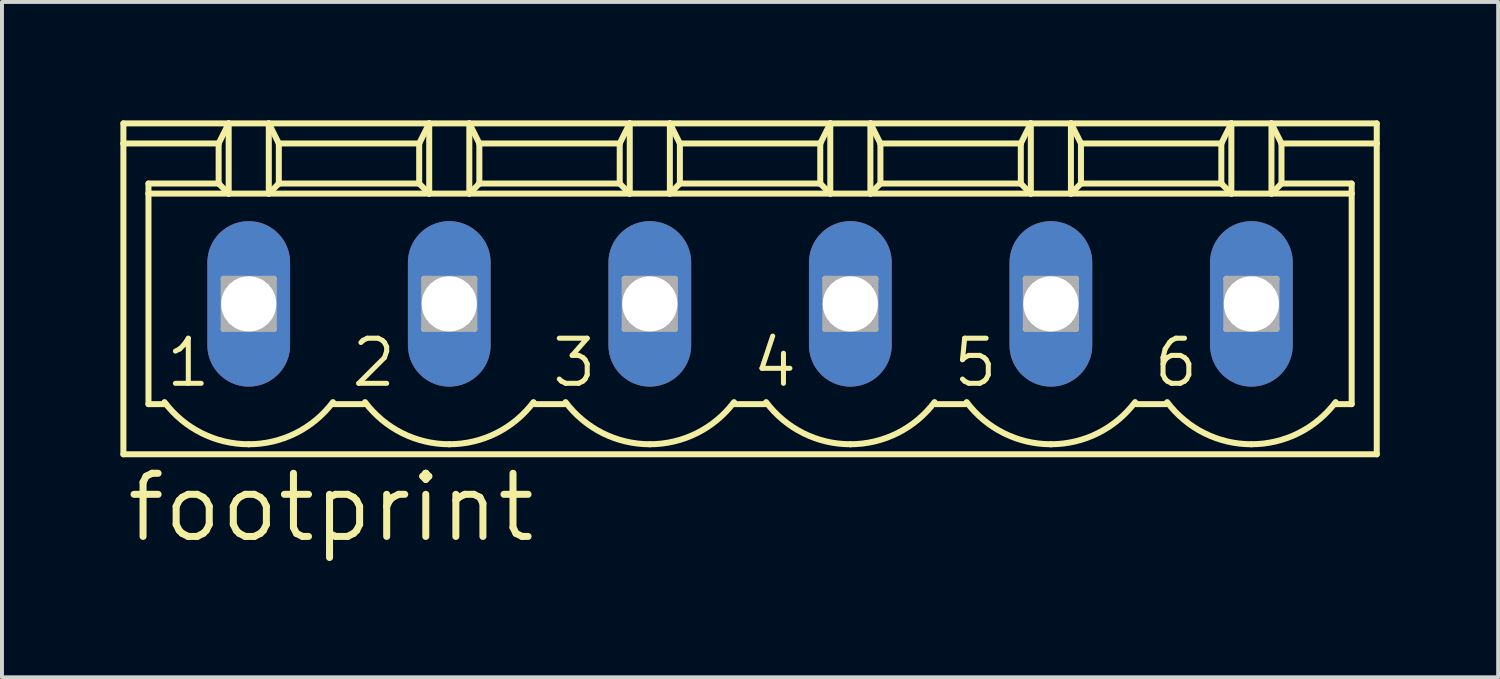
<source format=kicad_pcb>
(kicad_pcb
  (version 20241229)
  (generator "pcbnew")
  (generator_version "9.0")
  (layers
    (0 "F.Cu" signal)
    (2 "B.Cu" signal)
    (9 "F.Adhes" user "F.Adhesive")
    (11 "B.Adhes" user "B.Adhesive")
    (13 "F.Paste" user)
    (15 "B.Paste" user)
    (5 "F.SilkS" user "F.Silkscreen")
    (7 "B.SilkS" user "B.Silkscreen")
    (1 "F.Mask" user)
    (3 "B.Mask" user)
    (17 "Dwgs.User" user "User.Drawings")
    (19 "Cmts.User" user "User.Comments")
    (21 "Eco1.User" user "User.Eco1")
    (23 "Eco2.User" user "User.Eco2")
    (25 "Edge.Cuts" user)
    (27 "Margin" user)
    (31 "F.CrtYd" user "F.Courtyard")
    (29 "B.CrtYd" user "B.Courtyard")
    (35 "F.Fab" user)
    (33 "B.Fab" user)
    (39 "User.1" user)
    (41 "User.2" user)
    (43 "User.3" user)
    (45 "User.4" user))
  (footprint "footprint"
    (layer "F.Cu")
    (at 15.951 4.648)
    (property "Reference" "footprint" (at -15.875 6.096 0) (layer "F.SilkS") (effects (font (size 1.6 1.6) (thickness 0.178)) (justify left bottom)))
    (fp_line (start -15.875 -4.572) (end -15.875 -4.064) (stroke (width 0.152) (type solid)) (layer "F.SilkS"))
    (fp_line (start -15.875 -4.572) (end -13.208 -4.572) (stroke (width 0.152) (type solid)) (layer "F.SilkS"))
    (fp_line (start -15.875 -4.064) (end -15.875 3.81) (stroke (width 0.152) (type solid)) (layer "F.SilkS"))
    (fp_line (start -15.875 -4.064) (end -13.462 -4.064) (stroke (width 0.152) (type solid)) (layer "F.SilkS"))
    (fp_line (start -15.875 3.81) (end 15.875 3.81) (stroke (width 0.152) (type solid)) (layer "F.SilkS"))
    (fp_line (start -15.24 -2.794) (end -15.24 -3.048) (stroke (width 0.152) (type solid)) (layer "F.SilkS"))
    (fp_line (start -15.24 -2.794) (end -13.208 -2.794) (stroke (width 0.152) (type solid)) (layer "F.SilkS"))
    (fp_line (start -15.24 2.54) (end -15.24 -2.794) (stroke (width 0.152) (type solid)) (layer "F.SilkS"))
    (fp_line (start -15.24 2.54) (end -14.808 2.54) (stroke (width 0.152) (type solid)) (layer "F.SilkS"))
    (fp_line (start -13.462 -4.064) (end -13.462 -3.048) (stroke (width 0.152) (type solid)) (layer "F.SilkS"))
    (fp_line (start -13.462 -4.064) (end -13.208 -4.572) (stroke (width 0.152) (type solid)) (layer "F.SilkS"))
    (fp_line (start -13.462 -3.048) (end -15.24 -3.048) (stroke (width 0.152) (type solid)) (layer "F.SilkS"))
    (fp_line (start -13.462 -3.048) (end -13.208 -2.794) (stroke (width 0.152) (type solid)) (layer "F.SilkS"))
    (fp_line (start -13.208 -4.572) (end -12.192 -4.572) (stroke (width 0.152) (type solid)) (layer "F.SilkS"))
    (fp_line (start -13.208 -2.794) (end -13.208 -4.572) (stroke (width 0.152) (type solid)) (layer "F.SilkS"))
    (fp_line (start -13.208 -2.794) (end -12.192 -2.794) (stroke (width 0.152) (type solid)) (layer "F.SilkS"))
    (fp_line (start -12.192 -4.572) (end -11.938 -4.064) (stroke (width 0.152) (type solid)) (layer "F.SilkS"))
    (fp_line (start -12.192 -4.572) (end -8.128 -4.572) (stroke (width 0.152) (type solid)) (layer "F.SilkS"))
    (fp_line (start -12.192 -2.794) (end -12.192 -4.572) (stroke (width 0.152) (type solid)) (layer "F.SilkS"))
    (fp_line (start -12.192 -2.794) (end -8.128 -2.794) (stroke (width 0.152) (type solid)) (layer "F.SilkS"))
    (fp_line (start -11.938 -4.064) (end -11.938 -3.048) (stroke (width 0.152) (type solid)) (layer "F.SilkS"))
    (fp_line (start -11.938 -4.064) (end -8.382 -4.064) (stroke (width 0.152) (type solid)) (layer "F.SilkS"))
    (fp_line (start -11.938 -3.048) (end -12.192 -2.794) (stroke (width 0.152) (type solid)) (layer "F.SilkS"))
    (fp_line (start -10.541 2.54) (end -9.779 2.54) (stroke (width 0.152) (type solid)) (layer "F.SilkS"))
    (fp_line (start -8.382 -4.064) (end -8.382 -3.048) (stroke (width 0.152) (type solid)) (layer "F.SilkS"))
    (fp_line (start -8.382 -4.064) (end -8.128 -4.572) (stroke (width 0.152) (type solid)) (layer "F.SilkS"))
    (fp_line (start -8.382 -3.048) (end -11.938 -3.048) (stroke (width 0.152) (type solid)) (layer "F.SilkS"))
    (fp_line (start -8.382 -3.048) (end -8.128 -2.794) (stroke (width 0.152) (type solid)) (layer "F.SilkS"))
    (fp_line (start -8.128 -4.572) (end -7.112 -4.572) (stroke (width 0.152) (type solid)) (layer "F.SilkS"))
    (fp_line (start -8.128 -2.794) (end -8.128 -4.572) (stroke (width 0.152) (type solid)) (layer "F.SilkS"))
    (fp_line (start -8.128 -2.794) (end -7.112 -2.794) (stroke (width 0.152) (type solid)) (layer "F.SilkS"))
    (fp_line (start -7.112 -4.572) (end -6.858 -4.064) (stroke (width 0.152) (type solid)) (layer "F.SilkS"))
    (fp_line (start -7.112 -4.572) (end -3.048 -4.572) (stroke (width 0.152) (type solid)) (layer "F.SilkS"))
    (fp_line (start -7.112 -2.794) (end -7.112 -4.572) (stroke (width 0.152) (type solid)) (layer "F.SilkS"))
    (fp_line (start -7.112 -2.794) (end -3.048 -2.794) (stroke (width 0.152) (type solid)) (layer "F.SilkS"))
    (fp_line (start -6.858 -4.064) (end -6.858 -3.048) (stroke (width 0.152) (type solid)) (layer "F.SilkS"))
    (fp_line (start -6.858 -4.064) (end -3.302 -4.064) (stroke (width 0.152) (type solid)) (layer "F.SilkS"))
    (fp_line (start -6.858 -3.048) (end -7.112 -2.794) (stroke (width 0.152) (type solid)) (layer "F.SilkS"))
    (fp_line (start -5.461 2.54) (end -4.699 2.54) (stroke (width 0.152) (type solid)) (layer "F.SilkS"))
    (fp_line (start -3.302 -4.064) (end -3.302 -3.048) (stroke (width 0.152) (type solid)) (layer "F.SilkS"))
    (fp_line (start -3.302 -4.064) (end -3.048 -4.572) (stroke (width 0.152) (type solid)) (layer "F.SilkS"))
    (fp_line (start -3.302 -3.048) (end -6.858 -3.048) (stroke (width 0.152) (type solid)) (layer "F.SilkS"))
    (fp_line (start -3.302 -3.048) (end -3.048 -2.794) (stroke (width 0.152) (type solid)) (layer "F.SilkS"))
    (fp_line (start -3.048 -4.572) (end -2.032 -4.572) (stroke (width 0.152) (type solid)) (layer "F.SilkS"))
    (fp_line (start -3.048 -2.794) (end -3.048 -4.572) (stroke (width 0.152) (type solid)) (layer "F.SilkS"))
    (fp_line (start -3.048 -2.794) (end -2.032 -2.794) (stroke (width 0.152) (type solid)) (layer "F.SilkS"))
    (fp_line (start -2.032 -4.572) (end -1.778 -4.064) (stroke (width 0.152) (type solid)) (layer "F.SilkS"))
    (fp_line (start -2.032 -4.572) (end 2.032 -4.572) (stroke (width 0.152) (type solid)) (layer "F.SilkS"))
    (fp_line (start -2.032 -2.794) (end -2.032 -4.572) (stroke (width 0.152) (type solid)) (layer "F.SilkS"))
    (fp_line (start -2.032 -2.794) (end 2.032 -2.794) (stroke (width 0.152) (type solid)) (layer "F.SilkS"))
    (fp_line (start -1.778 -4.064) (end -1.778 -3.048) (stroke (width 0.152) (type solid)) (layer "F.SilkS"))
    (fp_line (start -1.778 -4.064) (end 1.778 -4.064) (stroke (width 0.152) (type solid)) (layer "F.SilkS"))
    (fp_line (start -1.778 -3.048) (end -2.032 -2.794) (stroke (width 0.152) (type solid)) (layer "F.SilkS"))
    (fp_line (start -1.778 -3.048) (end 1.778 -3.048) (stroke (width 0.152) (type solid)) (layer "F.SilkS"))
    (fp_line (start -0.381 2.54) (end 0.381 2.54) (stroke (width 0.152) (type solid)) (layer "F.SilkS"))
    (fp_line (start 1.778 -4.064) (end 1.778 -3.048) (stroke (width 0.152) (type solid)) (layer "F.SilkS"))
    (fp_line (start 1.778 -4.064) (end 2.032 -4.572) (stroke (width 0.152) (type solid)) (layer "F.SilkS"))
    (fp_line (start 1.778 -3.048) (end 2.032 -2.794) (stroke (width 0.152) (type solid)) (layer "F.SilkS"))
    (fp_line (start 2.032 -4.572) (end 3.048 -4.572) (stroke (width 0.152) (type solid)) (layer "F.SilkS"))
    (fp_line (start 2.032 -2.794) (end 2.032 -4.572) (stroke (width 0.152) (type solid)) (layer "F.SilkS"))
    (fp_line (start 2.032 -2.794) (end 3.048 -2.794) (stroke (width 0.152) (type solid)) (layer "F.SilkS"))
    (fp_line (start 3.048 -4.572) (end 3.302 -4.064) (stroke (width 0.152) (type solid)) (layer "F.SilkS"))
    (fp_line (start 3.048 -4.572) (end 7.112 -4.572) (stroke (width 0.152) (type solid)) (layer "F.SilkS"))
    (fp_line (start 3.048 -2.794) (end 3.048 -4.572) (stroke (width 0.152) (type solid)) (layer "F.SilkS"))
    (fp_line (start 3.048 -2.794) (end 7.112 -2.794) (stroke (width 0.152) (type solid)) (layer "F.SilkS"))
    (fp_line (start 3.302 -4.064) (end 3.302 -3.048) (stroke (width 0.152) (type solid)) (layer "F.SilkS"))
    (fp_line (start 3.302 -4.064) (end 6.858 -4.064) (stroke (width 0.152) (type solid)) (layer "F.SilkS"))
    (fp_line (start 3.302 -3.048) (end 3.048 -2.794) (stroke (width 0.152) (type solid)) (layer "F.SilkS"))
    (fp_line (start 3.302 -3.048) (end 6.858 -3.048) (stroke (width 0.152) (type solid)) (layer "F.SilkS"))
    (fp_line (start 4.699 2.54) (end 5.461 2.54) (stroke (width 0.152) (type solid)) (layer "F.SilkS"))
    (fp_line (start 6.858 -4.064) (end 6.858 -3.048) (stroke (width 0.152) (type solid)) (layer "F.SilkS"))
    (fp_line (start 6.858 -4.064) (end 7.112 -4.572) (stroke (width 0.152) (type solid)) (layer "F.SilkS"))
    (fp_line (start 6.858 -3.048) (end 7.112 -2.794) (stroke (width 0.152) (type solid)) (layer "F.SilkS"))
    (fp_line (start 7.112 -4.572) (end 8.128 -4.572) (stroke (width 0.152) (type solid)) (layer "F.SilkS"))
    (fp_line (start 7.112 -2.794) (end 7.112 -4.572) (stroke (width 0.152) (type solid)) (layer "F.SilkS"))
    (fp_line (start 7.112 -2.794) (end 8.128 -2.794) (stroke (width 0.152) (type solid)) (layer "F.SilkS"))
    (fp_line (start 8.128 -4.572) (end 8.382 -4.064) (stroke (width 0.152) (type solid)) (layer "F.SilkS"))
    (fp_line (start 8.128 -4.572) (end 12.192 -4.572) (stroke (width 0.152) (type solid)) (layer "F.SilkS"))
    (fp_line (start 8.128 -2.794) (end 8.128 -4.572) (stroke (width 0.152) (type solid)) (layer "F.SilkS"))
    (fp_line (start 8.128 -2.794) (end 12.192 -2.794) (stroke (width 0.152) (type solid)) (layer "F.SilkS"))
    (fp_line (start 8.382 -4.064) (end 8.382 -3.048) (stroke (width 0.152) (type solid)) (layer "F.SilkS"))
    (fp_line (start 8.382 -4.064) (end 11.938 -4.064) (stroke (width 0.152) (type solid)) (layer "F.SilkS"))
    (fp_line (start 8.382 -3.048) (end 8.128 -2.794) (stroke (width 0.152) (type solid)) (layer "F.SilkS"))
    (fp_line (start 8.382 -3.048) (end 11.938 -3.048) (stroke (width 0.152) (type solid)) (layer "F.SilkS"))
    (fp_line (start 9.779 2.54) (end 10.541 2.54) (stroke (width 0.152) (type solid)) (layer "F.SilkS"))
    (fp_line (start 11.938 -4.064) (end 11.938 -3.048) (stroke (width 0.152) (type solid)) (layer "F.SilkS"))
    (fp_line (start 11.938 -4.064) (end 12.192 -4.572) (stroke (width 0.152) (type solid)) (layer "F.SilkS"))
    (fp_line (start 11.938 -3.048) (end 12.192 -2.794) (stroke (width 0.152) (type solid)) (layer "F.SilkS"))
    (fp_line (start 12.192 -4.572) (end 13.208 -4.572) (stroke (width 0.152) (type solid)) (layer "F.SilkS"))
    (fp_line (start 12.192 -2.794) (end 12.192 -4.572) (stroke (width 0.152) (type solid)) (layer "F.SilkS"))
    (fp_line (start 12.192 -2.794) (end 13.208 -2.794) (stroke (width 0.152) (type solid)) (layer "F.SilkS"))
    (fp_line (start 13.208 -4.572) (end 13.462 -4.064) (stroke (width 0.152) (type solid)) (layer "F.SilkS"))
    (fp_line (start 13.208 -4.572) (end 15.875 -4.572) (stroke (width 0.152) (type solid)) (layer "F.SilkS"))
    (fp_line (start 13.208 -2.794) (end 13.208 -4.572) (stroke (width 0.152) (type solid)) (layer "F.SilkS"))
    (fp_line (start 13.208 -2.794) (end 15.24 -2.794) (stroke (width 0.152) (type solid)) (layer "F.SilkS"))
    (fp_line (start 13.462 -4.064) (end 13.462 -3.048) (stroke (width 0.152) (type solid)) (layer "F.SilkS"))
    (fp_line (start 13.462 -4.064) (end 15.875 -4.064) (stroke (width 0.152) (type solid)) (layer "F.SilkS"))
    (fp_line (start 13.462 -3.048) (end 13.208 -2.794) (stroke (width 0.152) (type solid)) (layer "F.SilkS"))
    (fp_line (start 13.462 -3.048) (end 15.24 -3.048) (stroke (width 0.152) (type solid)) (layer "F.SilkS"))
    (fp_line (start 14.808 2.54) (end 15.24 2.54) (stroke (width 0.152) (type solid)) (layer "F.SilkS"))
    (fp_line (start 15.24 -3.048) (end 15.24 -2.794) (stroke (width 0.152) (type solid)) (layer "F.SilkS"))
    (fp_line (start 15.24 -2.794) (end 15.24 2.54) (stroke (width 0.152) (type solid)) (layer "F.SilkS"))
    (fp_line (start 15.875 -4.064) (end 15.875 -4.572) (stroke (width 0.152) (type solid)) (layer "F.SilkS"))
    (fp_line (start 15.875 3.81) (end 15.875 -4.064) (stroke (width 0.152) (type solid)) (layer "F.SilkS"))
    (fp_arc (start -12.699999 3.556) (mid -13.892718 3.274437) (end -14.8336 2.4892) (stroke (width 0.1524) (type solid)) (layer "F.SilkS"))
    (fp_arc (start -10.566399 2.4892) (mid -11.507281 3.274438) (end -12.7 3.556) (stroke (width 0.1524) (type solid)) (layer "F.SilkS"))
    (fp_arc (start -7.619999 3.556) (mid -8.812718 3.274437) (end -9.7536 2.4892) (stroke (width 0.1524) (type solid)) (layer "F.SilkS"))
    (fp_arc (start -5.486399 2.4892) (mid -6.427281 3.274438) (end -7.62 3.556) (stroke (width 0.1524) (type solid)) (layer "F.SilkS"))
    (fp_arc (start -2.539999 3.556) (mid -3.732718 3.274437) (end -4.6736 2.4892) (stroke (width 0.1524) (type solid)) (layer "F.SilkS"))
    (fp_arc (start -0.406399 2.4892) (mid -1.347281 3.274438) (end -2.54 3.556) (stroke (width 0.1524) (type solid)) (layer "F.SilkS"))
    (fp_arc (start 2.540001 3.556) (mid 1.347282 3.274438) (end 0.4064 2.4892) (stroke (width 0.1524) (type solid)) (layer "F.SilkS"))
    (fp_arc (start 4.6736 2.489199) (mid 3.732719 3.274437) (end 2.54 3.556) (stroke (width 0.1524) (type solid)) (layer "F.SilkS"))
    (fp_arc (start 7.620001 3.556) (mid 6.427282 3.274438) (end 5.4864 2.4892) (stroke (width 0.1524) (type solid)) (layer "F.SilkS"))
    (fp_arc (start 9.7536 2.489199) (mid 8.812719 3.274437) (end 7.62 3.556) (stroke (width 0.1524) (type solid)) (layer "F.SilkS"))
    (fp_arc (start 12.700001 3.556) (mid 11.507282 3.274438) (end 10.5664 2.4892) (stroke (width 0.1524) (type solid)) (layer "F.SilkS"))
    (fp_arc (start 14.8336 2.489199) (mid 13.892719 3.274437) (end 12.7 3.556) (stroke (width 0.1524) (type solid)) (layer "F.SilkS"))
    (fp_line (start -13.335 -0.635) (end -13.335 0.635) (stroke (width 0.152) (type solid)) (layer "F.Fab"))
    (fp_line (start -13.335 -0.635) (end -12.065 0.635) (stroke (width 0.152) (type solid)) (layer "F.Fab"))
    (fp_line (start -13.335 0.635) (end -12.065 -0.635) (stroke (width 0.152) (type solid)) (layer "F.Fab"))
    (fp_line (start -13.335 0.635) (end -12.065 0.635) (stroke (width 0.152) (type solid)) (layer "F.Fab"))
    (fp_line (start -12.065 -0.635) (end -13.335 -0.635) (stroke (width 0.152) (type solid)) (layer "F.Fab"))
    (fp_line (start -12.065 0.635) (end -12.065 -0.635) (stroke (width 0.152) (type solid)) (layer "F.Fab"))
    (fp_line (start -8.255 -0.635) (end -8.255 0.635) (stroke (width 0.152) (type solid)) (layer "F.Fab"))
    (fp_line (start -8.255 -0.635) (end -6.985 0.635) (stroke (width 0.152) (type solid)) (layer "F.Fab"))
    (fp_line (start -8.255 0.635) (end -6.985 -0.635) (stroke (width 0.152) (type solid)) (layer "F.Fab"))
    (fp_line (start -8.255 0.635) (end -6.985 0.635) (stroke (width 0.152) (type solid)) (layer "F.Fab"))
    (fp_line (start -6.985 -0.635) (end -8.255 -0.635) (stroke (width 0.152) (type solid)) (layer "F.Fab"))
    (fp_line (start -6.985 0.635) (end -6.985 -0.635) (stroke (width 0.152) (type solid)) (layer "F.Fab"))
    (fp_line (start -3.175 -0.635) (end -3.175 0.635) (stroke (width 0.152) (type solid)) (layer "F.Fab"))
    (fp_line (start -3.175 -0.635) (end -1.905 0.635) (stroke (width 0.152) (type solid)) (layer "F.Fab"))
    (fp_line (start -3.175 0.635) (end -1.905 -0.635) (stroke (width 0.152) (type solid)) (layer "F.Fab"))
    (fp_line (start -3.175 0.635) (end -1.905 0.635) (stroke (width 0.152) (type solid)) (layer "F.Fab"))
    (fp_line (start -1.905 -0.635) (end -3.175 -0.635) (stroke (width 0.152) (type solid)) (layer "F.Fab"))
    (fp_line (start -1.905 0.635) (end -1.905 -0.635) (stroke (width 0.152) (type solid)) (layer "F.Fab"))
    (fp_line (start 1.905 -0.635) (end 1.905 0.635) (stroke (width 0.152) (type solid)) (layer "F.Fab"))
    (fp_line (start 1.905 -0.635) (end 3.175 0.635) (stroke (width 0.152) (type solid)) (layer "F.Fab"))
    (fp_line (start 1.905 0.635) (end 3.175 -0.635) (stroke (width 0.152) (type solid)) (layer "F.Fab"))
    (fp_line (start 1.905 0.635) (end 3.175 0.635) (stroke (width 0.152) (type solid)) (layer "F.Fab"))
    (fp_line (start 3.175 -0.635) (end 1.905 -0.635) (stroke (width 0.152) (type solid)) (layer "F.Fab"))
    (fp_line (start 3.175 0.635) (end 3.175 -0.635) (stroke (width 0.152) (type solid)) (layer "F.Fab"))
    (fp_line (start 6.985 -0.635) (end 6.985 0.635) (stroke (width 0.152) (type solid)) (layer "F.Fab"))
    (fp_line (start 6.985 -0.635) (end 8.255 0.635) (stroke (width 0.152) (type solid)) (layer "F.Fab"))
    (fp_line (start 6.985 0.635) (end 8.255 -0.635) (stroke (width 0.152) (type solid)) (layer "F.Fab"))
    (fp_line (start 6.985 0.635) (end 8.255 0.635) (stroke (width 0.152) (type solid)) (layer "F.Fab"))
    (fp_line (start 8.255 -0.635) (end 6.985 -0.635) (stroke (width 0.152) (type solid)) (layer "F.Fab"))
    (fp_line (start 8.255 0.635) (end 8.255 -0.635) (stroke (width 0.152) (type solid)) (layer "F.Fab"))
    (fp_line (start 12.065 -0.635) (end 12.065 0.635) (stroke (width 0.152) (type solid)) (layer "F.Fab"))
    (fp_line (start 12.065 -0.635) (end 13.335 0.635) (stroke (width 0.152) (type solid)) (layer "F.Fab"))
    (fp_line (start 12.065 0.635) (end 13.335 -0.635) (stroke (width 0.152) (type solid)) (layer "F.Fab"))
    (fp_line (start 12.065 0.635) (end 13.335 0.635) (stroke (width 0.152) (type solid)) (layer "F.Fab"))
    (fp_line (start 13.335 -0.635) (end 12.065 -0.635) (stroke (width 0.152) (type solid)) (layer "F.Fab"))
    (fp_line (start 13.335 0.635) (end 13.335 -0.635) (stroke (width 0.152) (type solid)) (layer "F.Fab"))
    (fp_text user "4" (at 0 2.159 0) (layer "F.SilkS") (effects (font (size 1.143 1.143) (thickness 0.127)) (justify left bottom)))
    (fp_text user "3" (at -5.08 2.159 0) (layer "F.SilkS") (effects (font (size 1.143 1.143) (thickness 0.127)) (justify left bottom)))
    (fp_text user "1" (at -14.859 2.159 0) (layer "F.SilkS") (effects (font (size 1.143 1.143) (thickness 0.127)) (justify left bottom)))
    (fp_text user "6" (at 10.16 2.159 0) (layer "F.SilkS") (effects (font (size 1.143 1.143) (thickness 0.127)) (justify left bottom)))
    (fp_text user "5" (at 5.08 2.159 0) (layer "F.SilkS") (effects (font (size 1.143 1.143) (thickness 0.127)) (justify left bottom)))
    (fp_text user "2" (at -10.16 2.159 0) (layer "F.SilkS") (effects (font (size 1.143 1.143) (thickness 0.127)) (justify left bottom)))
    (pad "1" thru_hole oval (at -12.7 0 90) (size 4.191 2.095) (drill 1.397) (layers "*.Cu" "*.Mask"))
    (pad "2" thru_hole oval (at -7.62 0 90) (size 4.191 2.095) (drill 1.397) (layers "*.Cu" "*.Mask"))
    (pad "3" thru_hole oval (at -2.54 0 90) (size 4.191 2.095) (drill 1.397) (layers "*.Cu" "*.Mask"))
    (pad "4" thru_hole oval (at 2.54 0 90) (size 4.191 2.095) (drill 1.397) (layers "*.Cu" "*.Mask"))
    (pad "5" thru_hole oval (at 7.62 0 90) (size 4.191 2.095) (drill 1.397) (layers "*.Cu" "*.Mask"))
    (pad "6" thru_hole oval (at 12.7 0 90) (size 4.191 2.095) (drill 1.397) (layers "*.Cu" "*.Mask")))
  (gr_rect
    (start -3 -3)
    (end 34.902 14.107)
    (stroke (width 0.1) (type default))
    (fill no)
    (layer "Edge.Cuts")))
</source>
